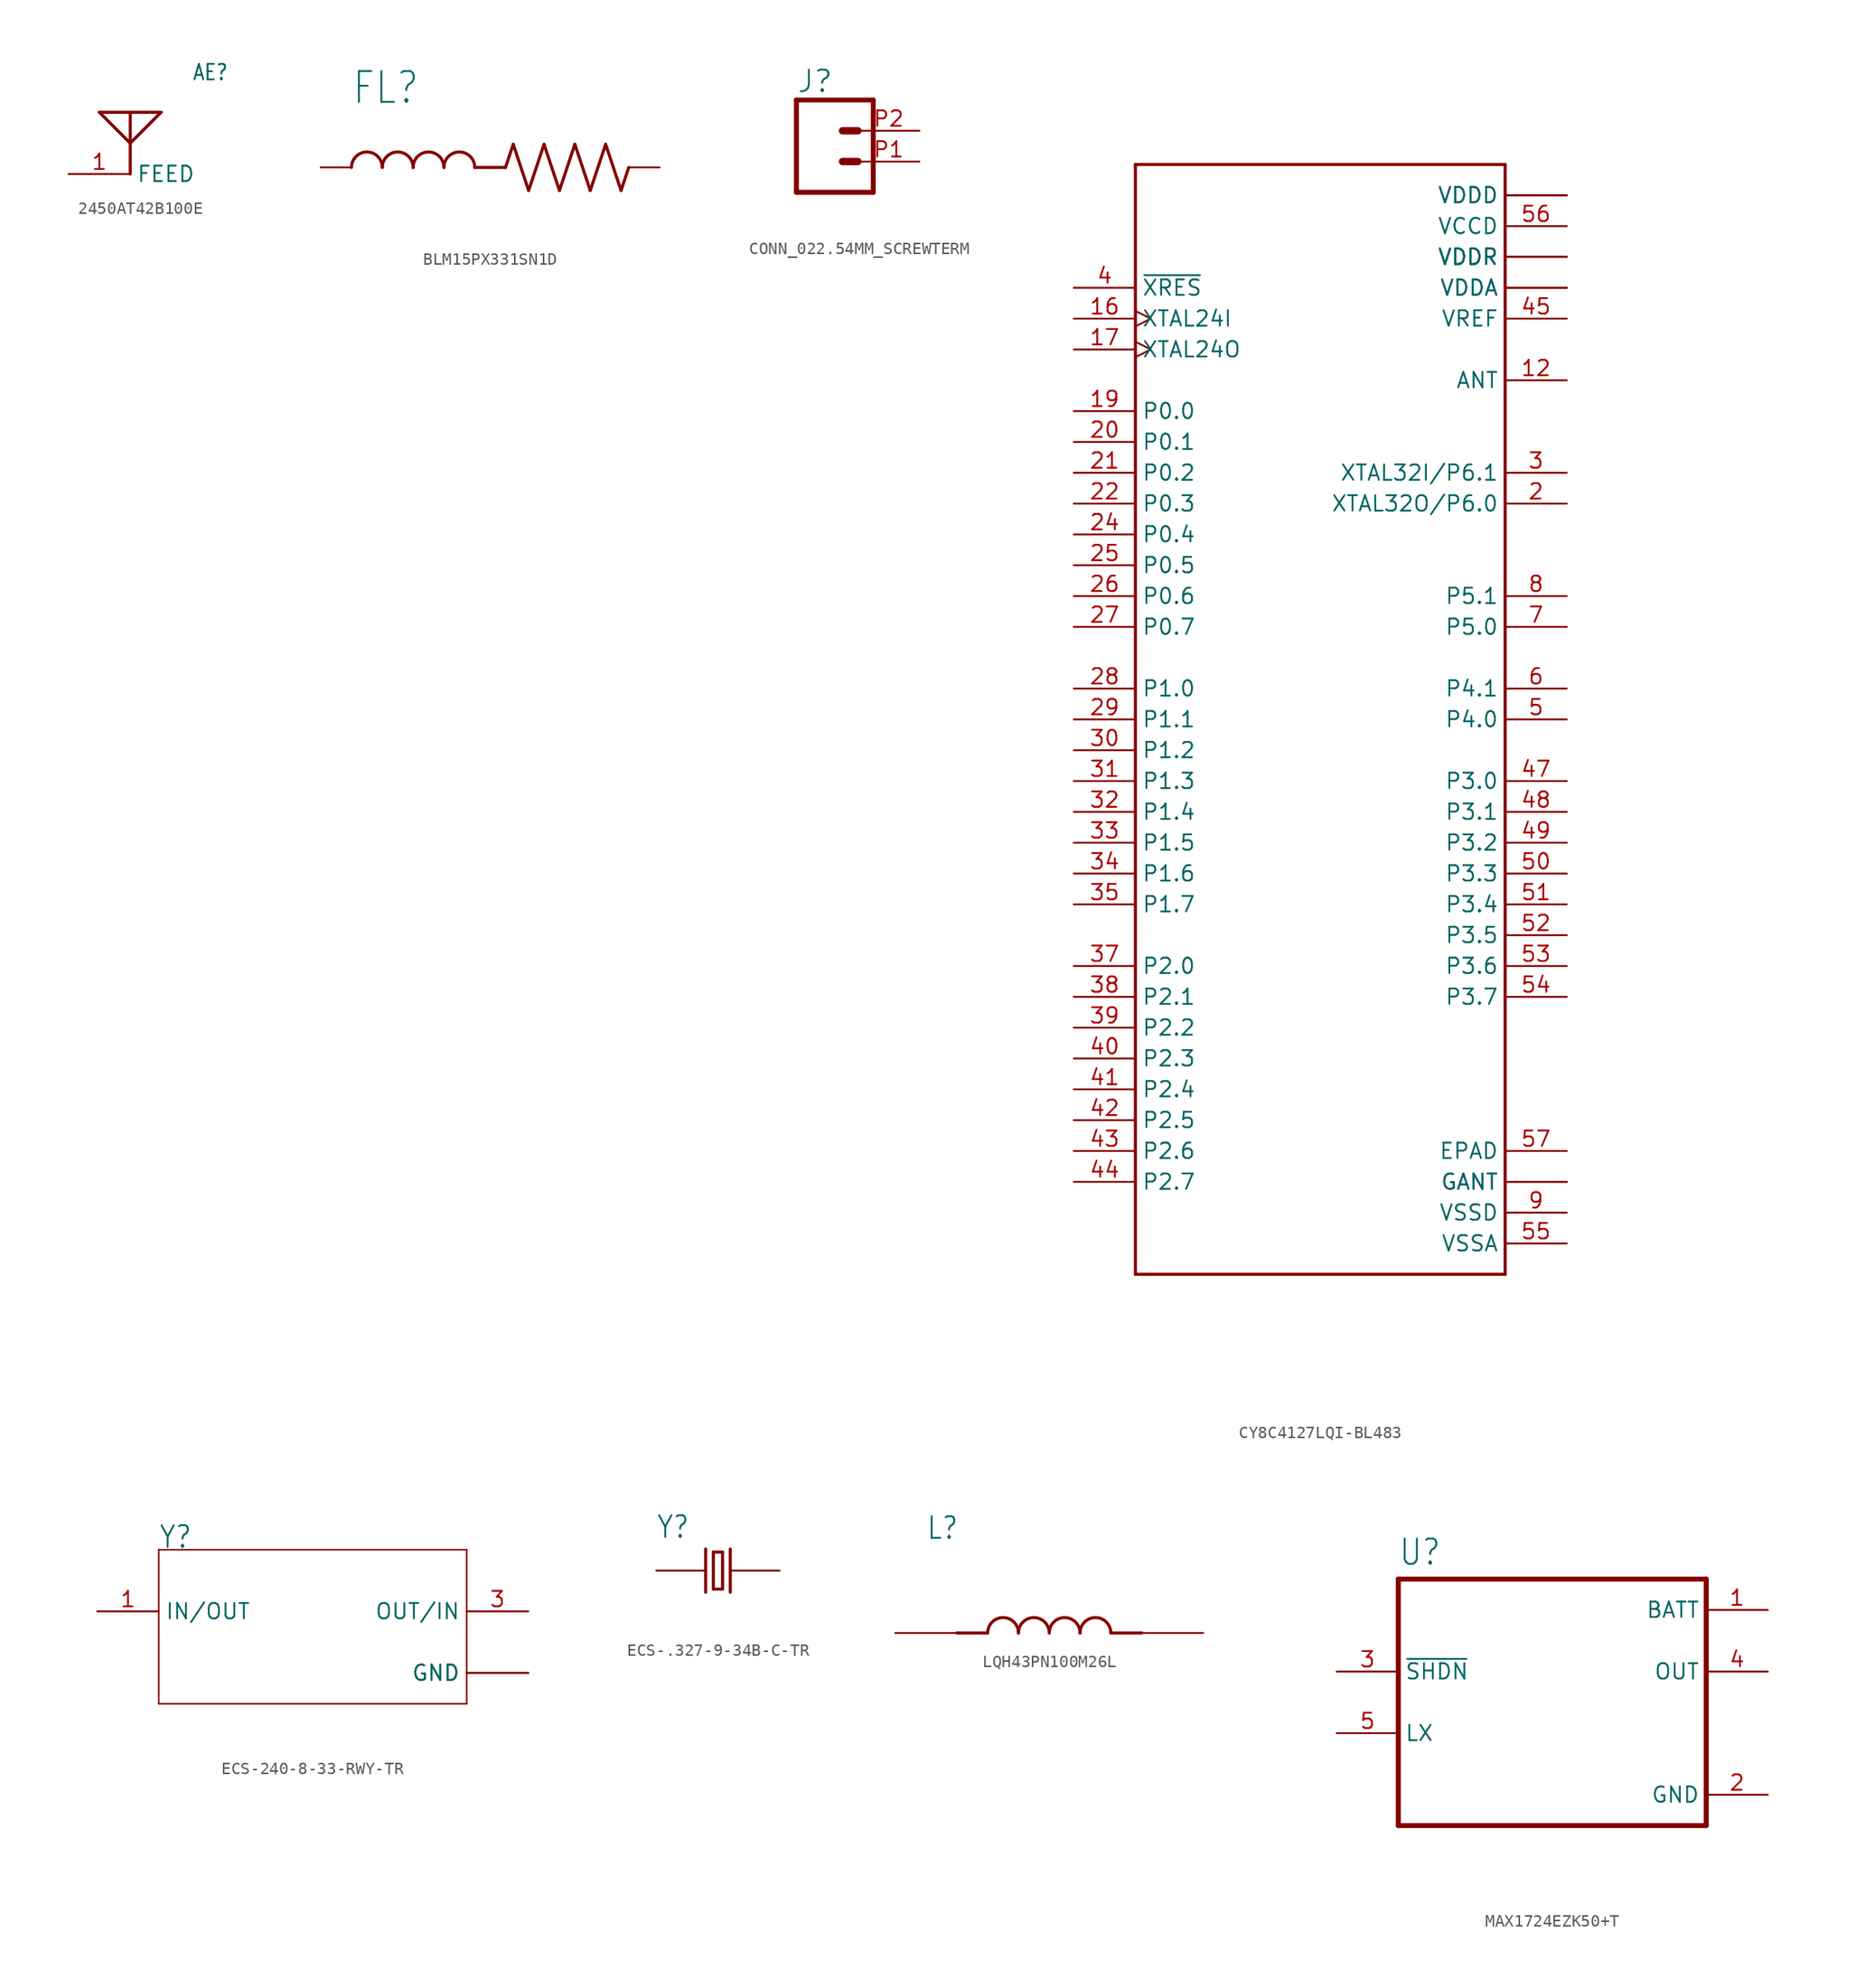
<source format=kicad_sym>
(kicad_symbol_lib
  (version 20220914)
  (generator kicad_symbol_editor)
  (symbol "2450AT42B100E"
    (property "Reference" "AE"
      (at 5.084 7.625 0)
      (effects (font (size 1.271 1.08)) (justify left bottom)))
    (property "Value" ""
      (at 5.085 5.085 0)
      (effects (font (size 1.271 1.081)) (justify left bottom)))
    (property "ki_locked" ""
      (at 0 0 0)
      (effects (font (size 1.27 1.27))))
    (symbol "2450AT42B100E_1_0"
      (polyline (pts (xy -2.54 5.08) (xy 0 2.54)) (stroke (width 0.254) (type solid)) (fill (type none)))
      (polyline (pts (xy 0 2.54) (xy 2.54 5.08)) (stroke (width 0.254) (type solid)) (fill (type none)))
      (polyline (pts (xy 0 5.08) (xy -2.54 5.08)) (stroke (width 0.254) (type solid)) (fill (type none)))
      (polyline (pts (xy 0 5.08) (xy 0 0)) (stroke (width 0.254) (type solid)) (fill (type none)))
      (polyline (pts (xy 2.54 5.08) (xy 0 5.08)) (stroke (width 0.254) (type solid)) (fill (type none)))
      (pin passive line (at -5.08 0 0) (length 5.08) (name "FEED" (effects (font (size 1.27 1.27)))) (number "1" (effects (font (size 1.27 1.27)))))))
  (symbol "BLM15PX331SN1D"
    (property "Reference" "FL"
      (at -12.704 5.081 0)
      (effects (font (size 2.541 2.16)) (justify left bottom)))
    (property "Value" ""
      (at -12.71 -5.087 0)
      (effects (font (size 2.543 2.162)) (justify left bottom)))
    (property "ki_locked" ""
      (at 0 0 0)
      (effects (font (size 1.27 1.27))))
    (symbol "BLM15PX331SN1D_1_0"
      (arc (start -10.16 0) (mid -11.43 1.27) (end -12.7 0) (stroke (width 0.254) (type solid)) (fill (type none)))
      (arc (start -7.62 0) (mid -8.89 1.27) (end -10.16 0) (stroke (width 0.254) (type solid)) (fill (type none)))
      (arc (start -5.08 0) (mid -6.35 1.27) (end -7.62 0) (stroke (width 0.254) (type solid)) (fill (type none)))
      (arc (start -2.54 0) (mid -3.81 1.27) (end -5.08 0) (stroke (width 0.254) (type solid)) (fill (type none)))
      (polyline (pts (xy 0 0) (xy -2.54 0)) (stroke (width 0.254) (type solid)) (fill (type none)))
      (polyline (pts (xy 0 0) (xy 0.635 1.905)) (stroke (width 0.254) (type solid)) (fill (type none)))
      (polyline (pts (xy 0.635 1.905) (xy 1.905 -1.905)) (stroke (width 0.254) (type solid)) (fill (type none)))
      (polyline (pts (xy 1.905 -1.905) (xy 3.175 1.905)) (stroke (width 0.254) (type solid)) (fill (type none)))
      (polyline (pts (xy 3.175 1.905) (xy 4.445 -1.905)) (stroke (width 0.254) (type solid)) (fill (type none)))
      (polyline (pts (xy 4.445 -1.905) (xy 5.715 1.905)) (stroke (width 0.254) (type solid)) (fill (type none)))
      (polyline (pts (xy 5.715 1.905) (xy 6.985 -1.905)) (stroke (width 0.254) (type solid)) (fill (type none)))
      (polyline (pts (xy 6.985 -1.905) (xy 8.255 1.905)) (stroke (width 0.254) (type solid)) (fill (type none)))
      (polyline (pts (xy 8.255 1.905) (xy 9.525 -1.905)) (stroke (width 0.254) (type solid)) (fill (type none)))
      (polyline (pts (xy 9.525 -1.905) (xy 10.16 0)) (stroke (width 0.254) (type solid)) (fill (type none)))
      (pin passive line (at -15.24 0 0) (length 2.54) (name "1" (effects (font (size 0 0)))) (number "1" (effects (font (size 0 0)))))
      (pin passive line (at 12.7 0 180) (length 2.54) (name "2" (effects (font (size 0 0)))) (number "2" (effects (font (size 0 0)))))))
  (symbol "CONN_022.54MM_SCREWTERM"
    (property "Reference" "J"
      (at -2.54 5.588 0)
      (effects (font (size 1.778 1.778)) (justify left bottom)))
    (property "Value" ""
      (at -2.54 -4.826 0)
      (effects (font (size 1.778 1.778)) (justify left bottom)))
    (property "ki_locked" ""
      (at 0 0 0)
      (effects (font (size 1.27 1.27))))
    (symbol "CONN_022.54MM_SCREWTERM_1_0"
      (polyline (pts (xy -2.54 5.08) (xy -2.54 -2.54)) (stroke (width 0.406) (type solid)) (fill (type none)))
      (polyline (pts (xy -2.54 5.08) (xy 3.81 5.08)) (stroke (width 0.406) (type solid)) (fill (type none)))
      (polyline (pts (xy 1.27 0) (xy 2.54 0)) (stroke (width 0.61) (type solid)) (fill (type none)))
      (polyline (pts (xy 1.27 2.54) (xy 2.54 2.54)) (stroke (width 0.61) (type solid)) (fill (type none)))
      (polyline (pts (xy 3.81 -2.54) (xy -2.54 -2.54)) (stroke (width 0.406) (type solid)) (fill (type none)))
      (polyline (pts (xy 3.81 -2.54) (xy 3.81 5.08)) (stroke (width 0.406) (type solid)) (fill (type none)))
      (pin passive line (at 7.62 0 180) (length 5.08) (name "1" (effects (font (size 0 0)))) (number "P1" (effects (font (size 1.27 1.27)))))
      (pin passive line (at 7.62 2.54 180) (length 5.08) (name "2" (effects (font (size 0 0)))) (number "P2" (effects (font (size 1.27 1.27)))))))
  (symbol "CY8C4127LQI-BL483"
    (property "Reference" ""
      (at -15.24 46.482 0)
      (effects (font (size 1.778 1.511)) (justify left bottom) hide))
    (property "Value" ""
      (at -15.24 -48.26 0)
      (effects (font (size 1.778 1.511)) (justify left bottom)))
    (property "ki_locked" ""
      (at 0 0 0)
      (effects (font (size 1.27 1.27))))
    (symbol "CY8C4127LQI-BL483_1_0"
      (polyline (pts (xy -15.24 -45.72) (xy -15.24 45.72)) (stroke (width 0.254) (type solid)) (fill (type none)))
      (polyline (pts (xy -15.24 45.72) (xy 15.24 45.72)) (stroke (width 0.254) (type solid)) (fill (type none)))
      (polyline (pts (xy 15.24 -45.72) (xy -15.24 -45.72)) (stroke (width 0.254) (type solid)) (fill (type none)))
      (polyline (pts (xy 15.24 45.72) (xy 15.24 -45.72)) (stroke (width 0.254) (type solid)) (fill (type none)))
      (pin power_in line (at 20.32 43.18 180) (length 5.08) (name "VDDD" (effects (font (size 1.27 1.27)))) (number "1" (effects (font (size 0 0)))))
      (pin power_in line (at 20.32 38.1 180) (length 5.08) (name "VDDR" (effects (font (size 1.27 1.27)))) (number "10" (effects (font (size 0 0)))))
      (pin power_in line (at 20.32 -38.1 180) (length 5.08) (name "GANT" (effects (font (size 1.27 1.27)))) (number "11" (effects (font (size 0 0)))))
      (pin bidirectional line (at 20.32 27.94 180) (length 5.08) (name "ANT" (effects (font (size 1.27 1.27)))) (number "12" (effects (font (size 1.27 1.27)))))
      (pin power_in line (at 20.32 -38.1 180) (length 5.08) (name "GANT" (effects (font (size 1.27 1.27)))) (number "13" (effects (font (size 0 0)))))
      (pin power_in line (at 20.32 38.1 180) (length 5.08) (name "VDDR" (effects (font (size 1.27 1.27)))) (number "14" (effects (font (size 0 0)))))
      (pin power_in line (at 20.32 38.1 180) (length 5.08) (name "VDDR" (effects (font (size 1.27 1.27)))) (number "15" (effects (font (size 0 0)))))
      (pin input clock (at -20.32 33.02 0) (length 5.08) (name "XTAL24I" (effects (font (size 1.27 1.27)))) (number "16" (effects (font (size 1.27 1.27)))))
      (pin input clock (at -20.32 30.48 0) (length 5.08) (name "XTAL24O" (effects (font (size 1.27 1.27)))) (number "17" (effects (font (size 1.27 1.27)))))
      (pin power_in line (at 20.32 38.1 180) (length 5.08) (name "VDDR" (effects (font (size 1.27 1.27)))) (number "18" (effects (font (size 0 0)))))
      (pin bidirectional line (at -20.32 25.4 0) (length 5.08) (name "P0.0" (effects (font (size 1.27 1.27)))) (number "19" (effects (font (size 1.27 1.27)))))
      (pin bidirectional line (at 20.32 17.78 180) (length 5.08) (name "XTAL32O/P6.0" (effects (font (size 1.27 1.27)))) (number "2" (effects (font (size 1.27 1.27)))))
      (pin bidirectional line (at -20.32 22.86 0) (length 5.08) (name "P0.1" (effects (font (size 1.27 1.27)))) (number "20" (effects (font (size 1.27 1.27)))))
      (pin bidirectional line (at -20.32 20.32 0) (length 5.08) (name "P0.2" (effects (font (size 1.27 1.27)))) (number "21" (effects (font (size 1.27 1.27)))))
      (pin bidirectional line (at -20.32 17.78 0) (length 5.08) (name "P0.3" (effects (font (size 1.27 1.27)))) (number "22" (effects (font (size 1.27 1.27)))))
      (pin power_in line (at 20.32 43.18 180) (length 5.08) (name "VDDD" (effects (font (size 1.27 1.27)))) (number "23" (effects (font (size 0 0)))))
      (pin bidirectional line (at -20.32 15.24 0) (length 5.08) (name "P0.4" (effects (font (size 1.27 1.27)))) (number "24" (effects (font (size 1.27 1.27)))))
      (pin bidirectional line (at -20.32 12.7 0) (length 5.08) (name "P0.5" (effects (font (size 1.27 1.27)))) (number "25" (effects (font (size 1.27 1.27)))))
      (pin bidirectional line (at -20.32 10.16 0) (length 5.08) (name "P0.6" (effects (font (size 1.27 1.27)))) (number "26" (effects (font (size 1.27 1.27)))))
      (pin bidirectional line (at -20.32 7.62 0) (length 5.08) (name "P0.7" (effects (font (size 1.27 1.27)))) (number "27" (effects (font (size 1.27 1.27)))))
      (pin bidirectional line (at -20.32 2.54 0) (length 5.08) (name "P1.0" (effects (font (size 1.27 1.27)))) (number "28" (effects (font (size 1.27 1.27)))))
      (pin bidirectional line (at -20.32 0 0) (length 5.08) (name "P1.1" (effects (font (size 1.27 1.27)))) (number "29" (effects (font (size 1.27 1.27)))))
      (pin bidirectional line (at 20.32 20.32 180) (length 5.08) (name "XTAL32I/P6.1" (effects (font (size 1.27 1.27)))) (number "3" (effects (font (size 1.27 1.27)))))
      (pin bidirectional line (at -20.32 -2.54 0) (length 5.08) (name "P1.2" (effects (font (size 1.27 1.27)))) (number "30" (effects (font (size 1.27 1.27)))))
      (pin bidirectional line (at -20.32 -5.08 0) (length 5.08) (name "P1.3" (effects (font (size 1.27 1.27)))) (number "31" (effects (font (size 1.27 1.27)))))
      (pin bidirectional line (at -20.32 -7.62 0) (length 5.08) (name "P1.4" (effects (font (size 1.27 1.27)))) (number "32" (effects (font (size 1.27 1.27)))))
      (pin bidirectional line (at -20.32 -10.16 0) (length 5.08) (name "P1.5" (effects (font (size 1.27 1.27)))) (number "33" (effects (font (size 1.27 1.27)))))
      (pin bidirectional line (at -20.32 -12.7 0) (length 5.08) (name "P1.6" (effects (font (size 1.27 1.27)))) (number "34" (effects (font (size 1.27 1.27)))))
      (pin bidirectional line (at -20.32 -15.24 0) (length 5.08) (name "P1.7" (effects (font (size 1.27 1.27)))) (number "35" (effects (font (size 1.27 1.27)))))
      (pin power_in line (at 20.32 35.56 180) (length 5.08) (name "VDDA" (effects (font (size 1.27 1.27)))) (number "36" (effects (font (size 0 0)))))
      (pin bidirectional line (at -20.32 -20.32 0) (length 5.08) (name "P2.0" (effects (font (size 1.27 1.27)))) (number "37" (effects (font (size 1.27 1.27)))))
      (pin bidirectional line (at -20.32 -22.86 0) (length 5.08) (name "P2.1" (effects (font (size 1.27 1.27)))) (number "38" (effects (font (size 1.27 1.27)))))
      (pin bidirectional line (at -20.32 -25.4 0) (length 5.08) (name "P2.2" (effects (font (size 1.27 1.27)))) (number "39" (effects (font (size 1.27 1.27)))))
      (pin input line (at -20.32 35.56 0) (length 5.08) (name "~{XRES}" (effects (font (size 1.27 1.27)))) (number "4" (effects (font (size 1.27 1.27)))))
      (pin bidirectional line (at -20.32 -27.94 0) (length 5.08) (name "P2.3" (effects (font (size 1.27 1.27)))) (number "40" (effects (font (size 1.27 1.27)))))
      (pin bidirectional line (at -20.32 -30.48 0) (length 5.08) (name "P2.4" (effects (font (size 1.27 1.27)))) (number "41" (effects (font (size 1.27 1.27)))))
      (pin bidirectional line (at -20.32 -33.02 0) (length 5.08) (name "P2.5" (effects (font (size 1.27 1.27)))) (number "42" (effects (font (size 1.27 1.27)))))
      (pin bidirectional line (at -20.32 -35.56 0) (length 5.08) (name "P2.6" (effects (font (size 1.27 1.27)))) (number "43" (effects (font (size 1.27 1.27)))))
      (pin bidirectional line (at -20.32 -38.1 0) (length 5.08) (name "P2.7" (effects (font (size 1.27 1.27)))) (number "44" (effects (font (size 1.27 1.27)))))
      (pin power_in line (at 20.32 33.02 180) (length 5.08) (name "VREF" (effects (font (size 1.27 1.27)))) (number "45" (effects (font (size 1.27 1.27)))))
      (pin power_in line (at 20.32 35.56 180) (length 5.08) (name "VDDA" (effects (font (size 1.27 1.27)))) (number "46" (effects (font (size 0 0)))))
      (pin bidirectional line (at 20.32 -5.08 180) (length 5.08) (name "P3.0" (effects (font (size 1.27 1.27)))) (number "47" (effects (font (size 1.27 1.27)))))
      (pin bidirectional line (at 20.32 -7.62 180) (length 5.08) (name "P3.1" (effects (font (size 1.27 1.27)))) (number "48" (effects (font (size 1.27 1.27)))))
      (pin bidirectional line (at 20.32 -10.16 180) (length 5.08) (name "P3.2" (effects (font (size 1.27 1.27)))) (number "49" (effects (font (size 1.27 1.27)))))
      (pin bidirectional line (at 20.32 0 180) (length 5.08) (name "P4.0" (effects (font (size 1.27 1.27)))) (number "5" (effects (font (size 1.27 1.27)))))
      (pin bidirectional line (at 20.32 -12.7 180) (length 5.08) (name "P3.3" (effects (font (size 1.27 1.27)))) (number "50" (effects (font (size 1.27 1.27)))))
      (pin bidirectional line (at 20.32 -15.24 180) (length 5.08) (name "P3.4" (effects (font (size 1.27 1.27)))) (number "51" (effects (font (size 1.27 1.27)))))
      (pin bidirectional line (at 20.32 -17.78 180) (length 5.08) (name "P3.5" (effects (font (size 1.27 1.27)))) (number "52" (effects (font (size 1.27 1.27)))))
      (pin bidirectional line (at 20.32 -20.32 180) (length 5.08) (name "P3.6" (effects (font (size 1.27 1.27)))) (number "53" (effects (font (size 1.27 1.27)))))
      (pin bidirectional line (at 20.32 -22.86 180) (length 5.08) (name "P3.7" (effects (font (size 1.27 1.27)))) (number "54" (effects (font (size 1.27 1.27)))))
      (pin power_in line (at 20.32 -43.18 180) (length 5.08) (name "VSSA" (effects (font (size 1.27 1.27)))) (number "55" (effects (font (size 1.27 1.27)))))
      (pin power_in line (at 20.32 40.64 180) (length 5.08) (name "VCCD" (effects (font (size 1.27 1.27)))) (number "56" (effects (font (size 1.27 1.27)))))
      (pin power_in line (at 20.32 -35.56 180) (length 5.08) (name "EPAD" (effects (font (size 1.27 1.27)))) (number "57" (effects (font (size 1.27 1.27)))))
      (pin bidirectional line (at 20.32 2.54 180) (length 5.08) (name "P4.1" (effects (font (size 1.27 1.27)))) (number "6" (effects (font (size 1.27 1.27)))))
      (pin bidirectional line (at 20.32 7.62 180) (length 5.08) (name "P5.0" (effects (font (size 1.27 1.27)))) (number "7" (effects (font (size 1.27 1.27)))))
      (pin bidirectional line (at 20.32 10.16 180) (length 5.08) (name "P5.1" (effects (font (size 1.27 1.27)))) (number "8" (effects (font (size 1.27 1.27)))))
      (pin power_in line (at 20.32 -40.64 180) (length 5.08) (name "VSSD" (effects (font (size 1.27 1.27)))) (number "9" (effects (font (size 1.27 1.27)))))))
  (symbol "ECS-240-8-33-RWY-TR"
    (property "Reference" "Y"
      (at -12.717 7.63 0)
      (effects (font (size 1.786 1.518)) (justify left bottom)))
    (property "Value" ""
      (at -12.715 -7.629 0)
      (effects (font (size 1.782 1.515)) (justify left bottom)))
    (property "ki_locked" ""
      (at 0 0 0)
      (effects (font (size 1.27 1.27))))
    (symbol "ECS-240-8-33-RWY-TR_1_0"
      (polyline (pts (xy -12.7 -5.08) (xy 12.7 -5.08)) (stroke (width 0.127) (type solid)) (fill (type none)))
      (polyline (pts (xy -12.7 7.62) (xy -12.7 -5.08)) (stroke (width 0.127) (type solid)) (fill (type none)))
      (polyline (pts (xy 12.7 -5.08) (xy 12.7 7.62)) (stroke (width 0.127) (type solid)) (fill (type none)))
      (polyline (pts (xy 12.7 7.62) (xy -12.7 7.62)) (stroke (width 0.127) (type solid)) (fill (type none)))
      (pin bidirectional line (at -17.78 2.54 0) (length 5.08) (name "IN/OUT" (effects (font (size 1.27 1.27)))) (number "1" (effects (font (size 1.27 1.27)))))
      (pin power_in line (at 17.78 -2.54 180) (length 5.08) (name "GND" (effects (font (size 1.27 1.27)))) (number "2" (effects (font (size 0 0)))))
      (pin bidirectional line (at 17.78 2.54 180) (length 5.08) (name "OUT/IN" (effects (font (size 1.27 1.27)))) (number "3" (effects (font (size 1.27 1.27)))))
      (pin power_in line (at 17.78 -2.54 180) (length 5.08) (name "GND" (effects (font (size 1.27 1.27)))) (number "4" (effects (font (size 0 0)))))))
  (symbol "ECS-.327-9-34B-C-TR"
    (property "Reference" "Y"
      (at -5.089 2.545 0)
      (effects (font (size 1.781 1.514)) (justify left bottom)))
    (property "Value" ""
      (at -5.091 -4.582 0)
      (effects (font (size 1.782 1.515)) (justify left bottom)))
    (property "ki_locked" ""
      (at 0 0 0)
      (effects (font (size 1.27 1.27))))
    (symbol "ECS-.327-9-34B-C-TR_1_0"
      (polyline (pts (xy -2.54 0) (xy -1.016 0)) (stroke (width 0.152) (type solid)) (fill (type none)))
      (polyline (pts (xy -1.016 1.778) (xy -1.016 -1.778)) (stroke (width 0.254) (type solid)) (fill (type none)))
      (polyline (pts (xy -0.381 -1.524) (xy 0.381 -1.524)) (stroke (width 0.254) (type solid)) (fill (type none)))
      (polyline (pts (xy -0.381 1.524) (xy -0.381 -1.524)) (stroke (width 0.254) (type solid)) (fill (type none)))
      (polyline (pts (xy 0.381 -1.524) (xy 0.381 1.524)) (stroke (width 0.254) (type solid)) (fill (type none)))
      (polyline (pts (xy 0.381 1.524) (xy -0.381 1.524)) (stroke (width 0.254) (type solid)) (fill (type none)))
      (polyline (pts (xy 1.016 0) (xy 2.54 0)) (stroke (width 0.152) (type solid)) (fill (type none)))
      (polyline (pts (xy 1.016 1.778) (xy 1.016 -1.778)) (stroke (width 0.254) (type solid)) (fill (type none)))
      (pin passive line (at -5.08 0 0) (length 2.54) (name "1" (effects (font (size 0 0)))) (number "1" (effects (font (size 0 0)))))
      (pin passive line (at 5.08 0 180) (length 2.54) (name "2" (effects (font (size 0 0)))) (number "2" (effects (font (size 0 0)))))))
  (symbol "LQH43PN100M26L"
    (property "Reference" "L"
      (at -10.16 7.62 0)
      (effects (font (size 1.778 1.511)) (justify left bottom)))
    (property "Value" ""
      (at -10.16 5.08 0)
      (effects (font (size 1.778 1.511)) (justify left bottom)))
    (property "ki_locked" ""
      (at 0 0 0)
      (effects (font (size 1.27 1.27))))
    (symbol "LQH43PN100M26L_1_0"
      (arc (start -2.54 0) (mid -3.81 1.27) (end -5.08 0) (stroke (width 0.254) (type solid)) (fill (type none)))
      (arc (start 0 0) (mid -1.27 1.27) (end -2.54 0) (stroke (width 0.254) (type solid)) (fill (type none)))
      (polyline (pts (xy -5.08 0) (xy -7.62 0)) (stroke (width 0.254) (type solid)) (fill (type none)))
      (polyline (pts (xy 5.08 0) (xy 7.62 0)) (stroke (width 0.254) (type solid)) (fill (type none)))
      (arc (start 2.54 0) (mid 1.27 1.27) (end 0 0) (stroke (width 0.254) (type solid)) (fill (type none)))
      (arc (start 5.08 0) (mid 3.81 1.27) (end 2.54 0) (stroke (width 0.254) (type solid)) (fill (type none)))
      (pin passive line (at -12.7 0 0) (length 5.08) (name "1" (effects (font (size 0 0)))) (number "1" (effects (font (size 0 0)))))
      (pin passive line (at 12.7 0 180) (length 5.08) (name "2" (effects (font (size 0 0)))) (number "2" (effects (font (size 0 0)))))))
  (symbol "MAX1724EZK50+T"
    (property "Reference" "U"
      (at -12.7 11.16 0)
      (effects (font (size 2.083 1.77)) (justify left bottom)))
    (property "Value" ""
      (at -12.7 -14.16 0)
      (effects (font (size 2.083 1.77)) (justify left bottom)))
    (property "ki_locked" ""
      (at 0 0 0)
      (effects (font (size 1.27 1.27))))
    (symbol "MAX1724EZK50+T_1_0"
      (polyline (pts (xy -12.7 -10.16) (xy -12.7 10.16)) (stroke (width 0.41) (type solid)) (fill (type none)))
      (polyline (pts (xy -12.7 10.16) (xy 12.7 10.16)) (stroke (width 0.41) (type solid)) (fill (type none)))
      (polyline (pts (xy 12.7 -10.16) (xy -12.7 -10.16)) (stroke (width 0.41) (type solid)) (fill (type none)))
      (polyline (pts (xy 12.7 10.16) (xy 12.7 -10.16)) (stroke (width 0.41) (type solid)) (fill (type none)))
      (pin power_in line (at 17.78 7.62 180) (length 5.08) (name "BATT" (effects (font (size 1.27 1.27)))) (number "1" (effects (font (size 1.27 1.27)))))
      (pin power_in line (at 17.78 -7.62 180) (length 5.08) (name "GND" (effects (font (size 1.27 1.27)))) (number "2" (effects (font (size 1.27 1.27)))))
      (pin input line (at -17.78 2.54 0) (length 5.08) (name "~{SHDN}" (effects (font (size 1.27 1.27)))) (number "3" (effects (font (size 1.27 1.27)))))
      (pin output line (at 17.78 2.54 180) (length 5.08) (name "OUT" (effects (font (size 1.27 1.27)))) (number "4" (effects (font (size 1.27 1.27)))))
      (pin bidirectional line (at -17.78 -2.54 0) (length 5.08) (name "LX" (effects (font (size 1.27 1.27)))) (number "5" (effects (font (size 1.27 1.27))))))))
</source>
